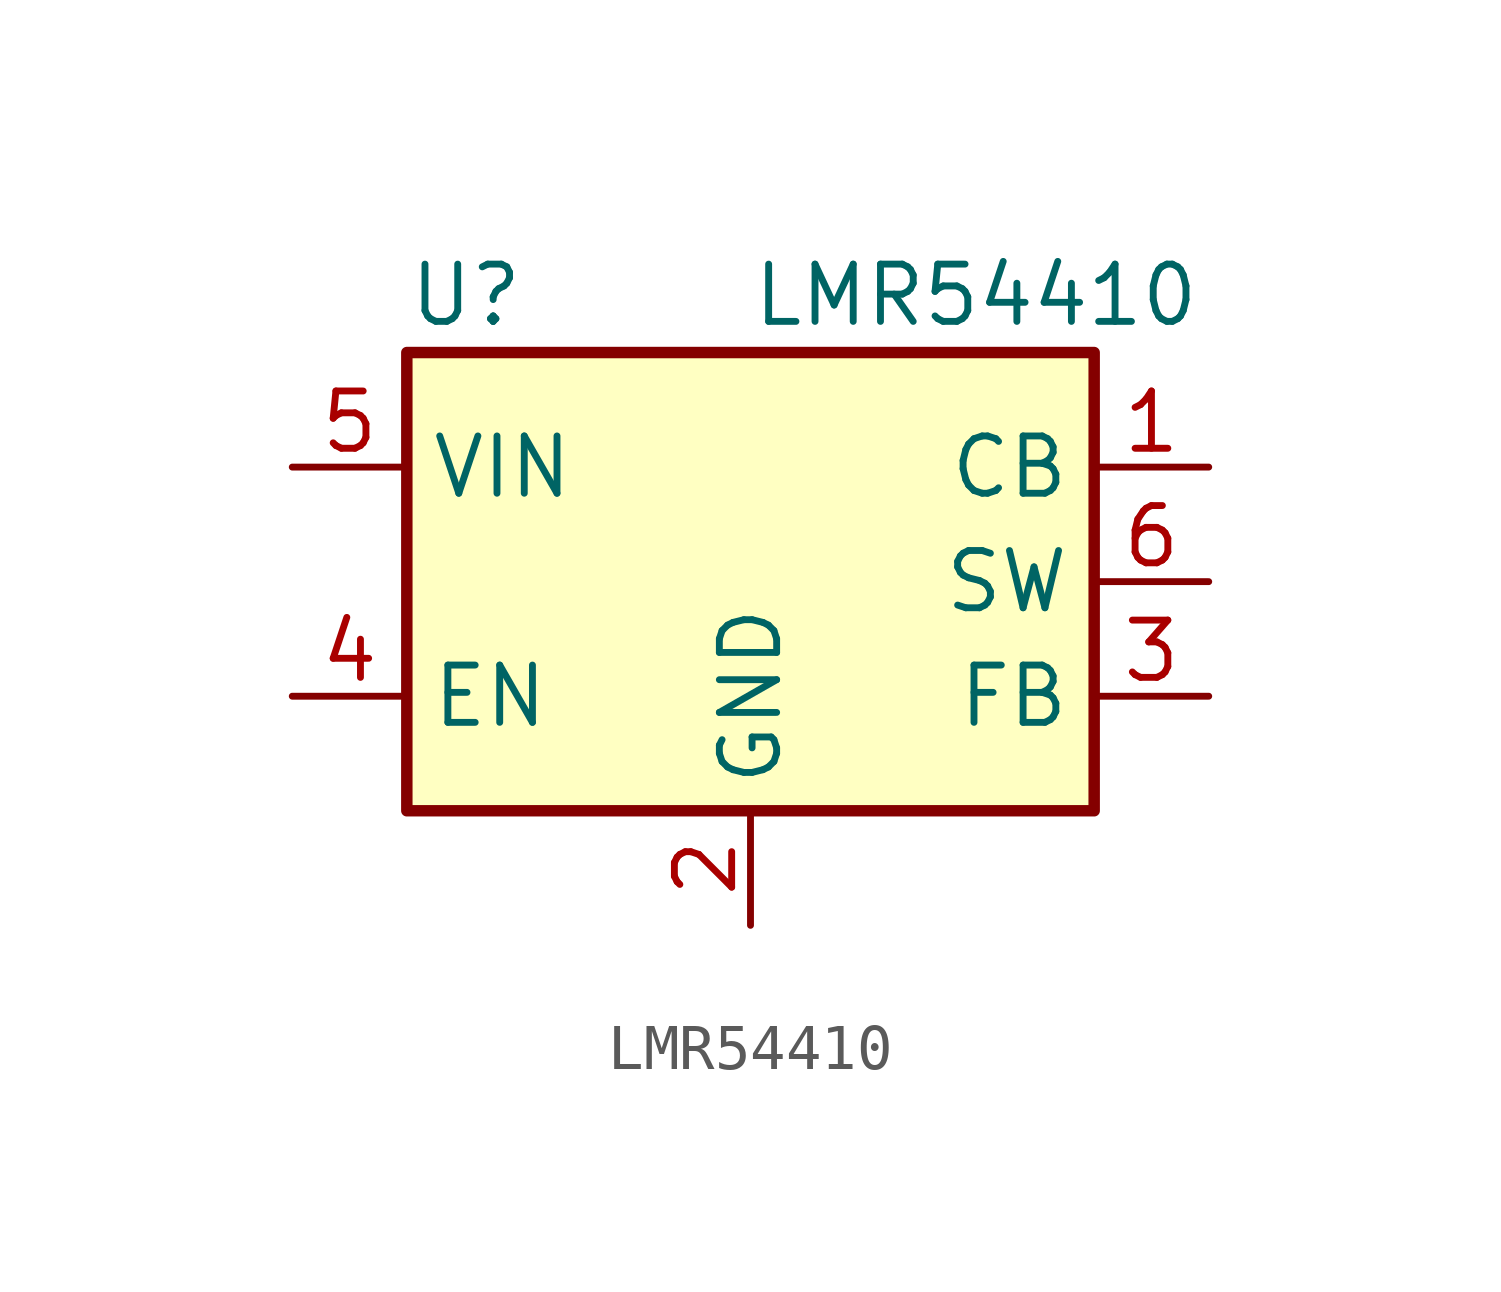
<source format=kicad_sym>
(kicad_symbol_lib
  (version 20231120)
  (generator "kicad_symbol_editor")
  (generator_version "8.0")
  (symbol "LMR54410"
    (property "Reference" "U"
      (at -7.62 6.35 0)
      (effects (font (size 1.27 1.27)) (justify left)))
    (property "Value" "LMR54410"
      (at 0 6.35 0)
      (effects (font (size 1.27 1.27)) (justify left)))
    (symbol "LMR54410_0_1"
      (rectangle (start -7.62 5.08) (end 7.62 -5.08) (stroke (width 0.254) (type default)) (fill (type background))))
    (symbol "LMR54410_1_1"
      (pin passive line (at 10.16 2.54 180) (length 2.54) (name "CB" (effects (font (size 1.27 1.27)))) (number "1" (effects (font (size 1.27 1.27)))))
      (pin power_in line (at 0 -7.62 90) (length 2.54) (name "GND" (effects (font (size 1.27 1.27)))) (number "2" (effects (font (size 1.27 1.27)))))
      (pin input line (at 10.16 -2.54 180) (length 2.54) (name "FB" (effects (font (size 1.27 1.27)))) (number "3" (effects (font (size 1.27 1.27)))))
      (pin input line (at -10.16 -2.54 0) (length 2.54) (name "EN" (effects (font (size 1.27 1.27)))) (number "4" (effects (font (size 1.27 1.27)))))
      (pin power_in line (at -10.16 2.54 0) (length 2.54) (name "VIN" (effects (font (size 1.27 1.27)))) (number "5" (effects (font (size 1.27 1.27)))))
      (pin power_out line (at 10.16 0 180) (length 2.54) (name "SW" (effects (font (size 1.27 1.27)))) (number "6" (effects (font (size 1.27 1.27))))))))
</source>
